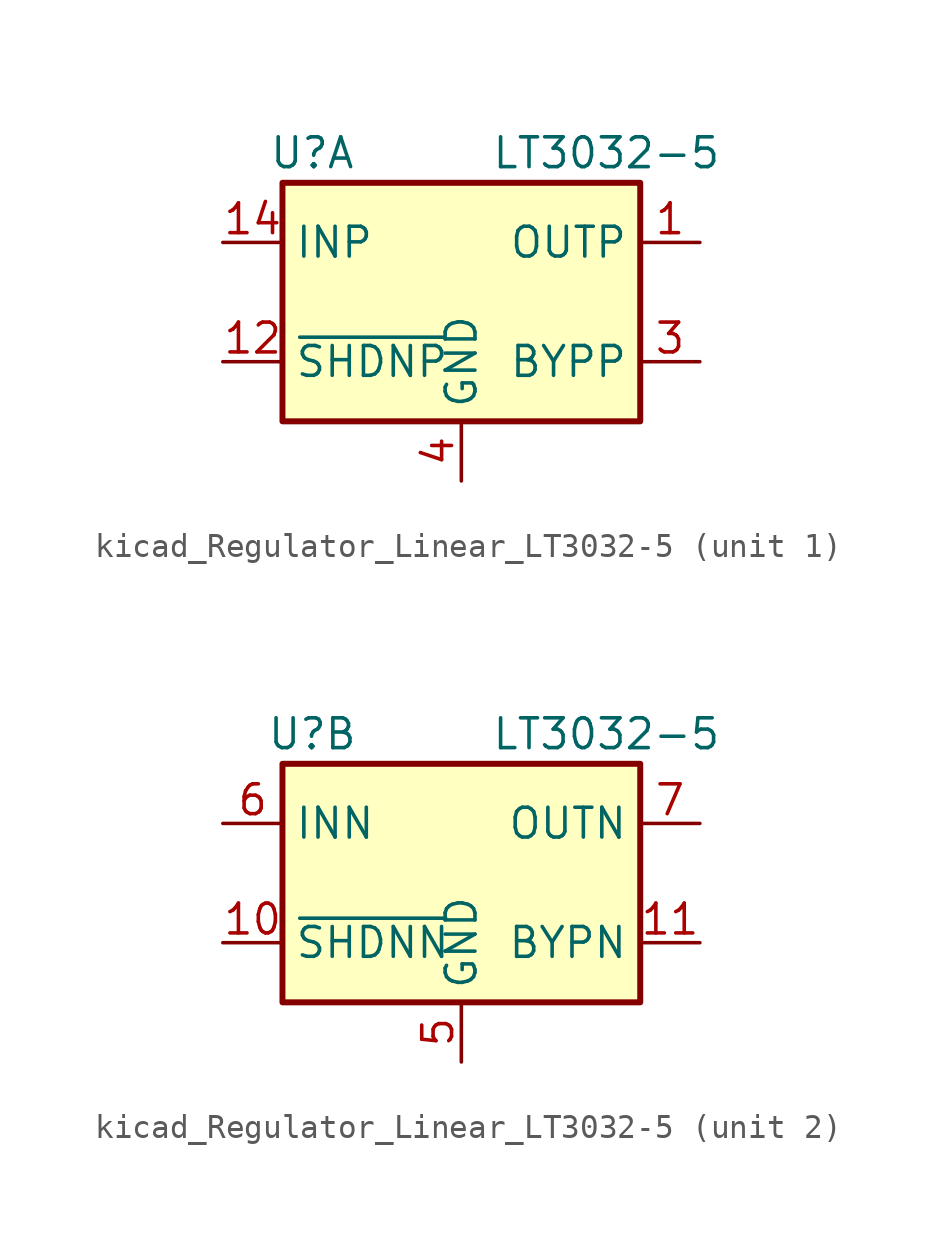
<source format=kicad_sym>
(kicad_symbol_lib
  (version 20220914)
  (generator kicad_symbol_editor)
  (symbol "kicad_Regulator_Linear_LT3032-5"
    (property "Reference" "U"
      (at -6.35 6.35 0)
      (effects (font (size 1.27 1.27))))
    (property "Value" "LT3032-5"
      (at 1.27 6.35 0)
      (effects (font (size 1.27 1.27)) (justify left)))
    (property "ki_locked" ""
      (at 0 0 0)
      (effects (font (size 1.27 1.27))))
    (symbol "kicad_Regulator_Linear_LT3032-5_0_1"
      (rectangle (start -7.62 5.08) (end 7.62 -5.08) (stroke (width 0.254) (type default)) (fill (type background))))
    (symbol "kicad_Regulator_Linear_LT3032-5_1_1"
      (pin power_out line (at 10.16 2.54 180) (length 2.54) (name "OUTP" (effects (font (size 1.27 1.27)))) (number "1" (effects (font (size 1.27 1.27)))))
      (pin input line (at -10.16 -2.54 0) (length 2.54) (name "~{SHDNP}" (effects (font (size 1.27 1.27)))) (number "12" (effects (font (size 1.27 1.27)))))
      (pin no_connect line (at 7.62 -5.08 180) (length 2.54) hide (name "NC" (effects (font (size 1.27 1.27)))) (number "13" (effects (font (size 1.27 1.27)))))
      (pin power_in line (at -10.16 2.54 0) (length 2.54) (name "INP" (effects (font (size 1.27 1.27)))) (number "14" (effects (font (size 1.27 1.27)))))
      (pin no_connect line (at 7.62 0 180) (length 2.54) hide (name "NC" (effects (font (size 1.27 1.27)))) (number "2" (effects (font (size 1.27 1.27)))))
      (pin passive line (at 10.16 -2.54 180) (length 2.54) (name "BYPP" (effects (font (size 1.27 1.27)))) (number "3" (effects (font (size 1.27 1.27)))))
      (pin power_in line (at 0 -7.62 90) (length 2.54) (name "GND" (effects (font (size 1.27 1.27)))) (number "4" (effects (font (size 1.27 1.27))))))
    (symbol "kicad_Regulator_Linear_LT3032-5_2_1"
      (pin input line (at -10.16 -2.54 0) (length 2.54) (name "~{SHDNN}" (effects (font (size 1.27 1.27)))) (number "10" (effects (font (size 1.27 1.27)))))
      (pin passive line (at 10.16 -2.54 180) (length 2.54) (name "BYPN" (effects (font (size 1.27 1.27)))) (number "11" (effects (font (size 1.27 1.27)))))
      (pin power_in line (at 0 -7.62 90) (length 2.54) (name "GND" (effects (font (size 1.27 1.27)))) (number "5" (effects (font (size 1.27 1.27)))))
      (pin power_in line (at -10.16 2.54 0) (length 2.54) (name "INN" (effects (font (size 1.27 1.27)))) (number "6" (effects (font (size 1.27 1.27)))))
      (pin power_out line (at 10.16 2.54 180) (length 2.54) (name "OUTN" (effects (font (size 1.27 1.27)))) (number "7" (effects (font (size 1.27 1.27)))))
      (pin no_connect line (at 7.62 0 180) (length 2.54) hide (name "NC" (effects (font (size 1.27 1.27)))) (number "8" (effects (font (size 1.27 1.27)))))
      (pin passive line (at -10.16 2.54 0) (length 2.54) hide (name "INN" (effects (font (size 1.27 1.27)))) (number "9" (effects (font (size 1.27 1.27))))))))
</source>
